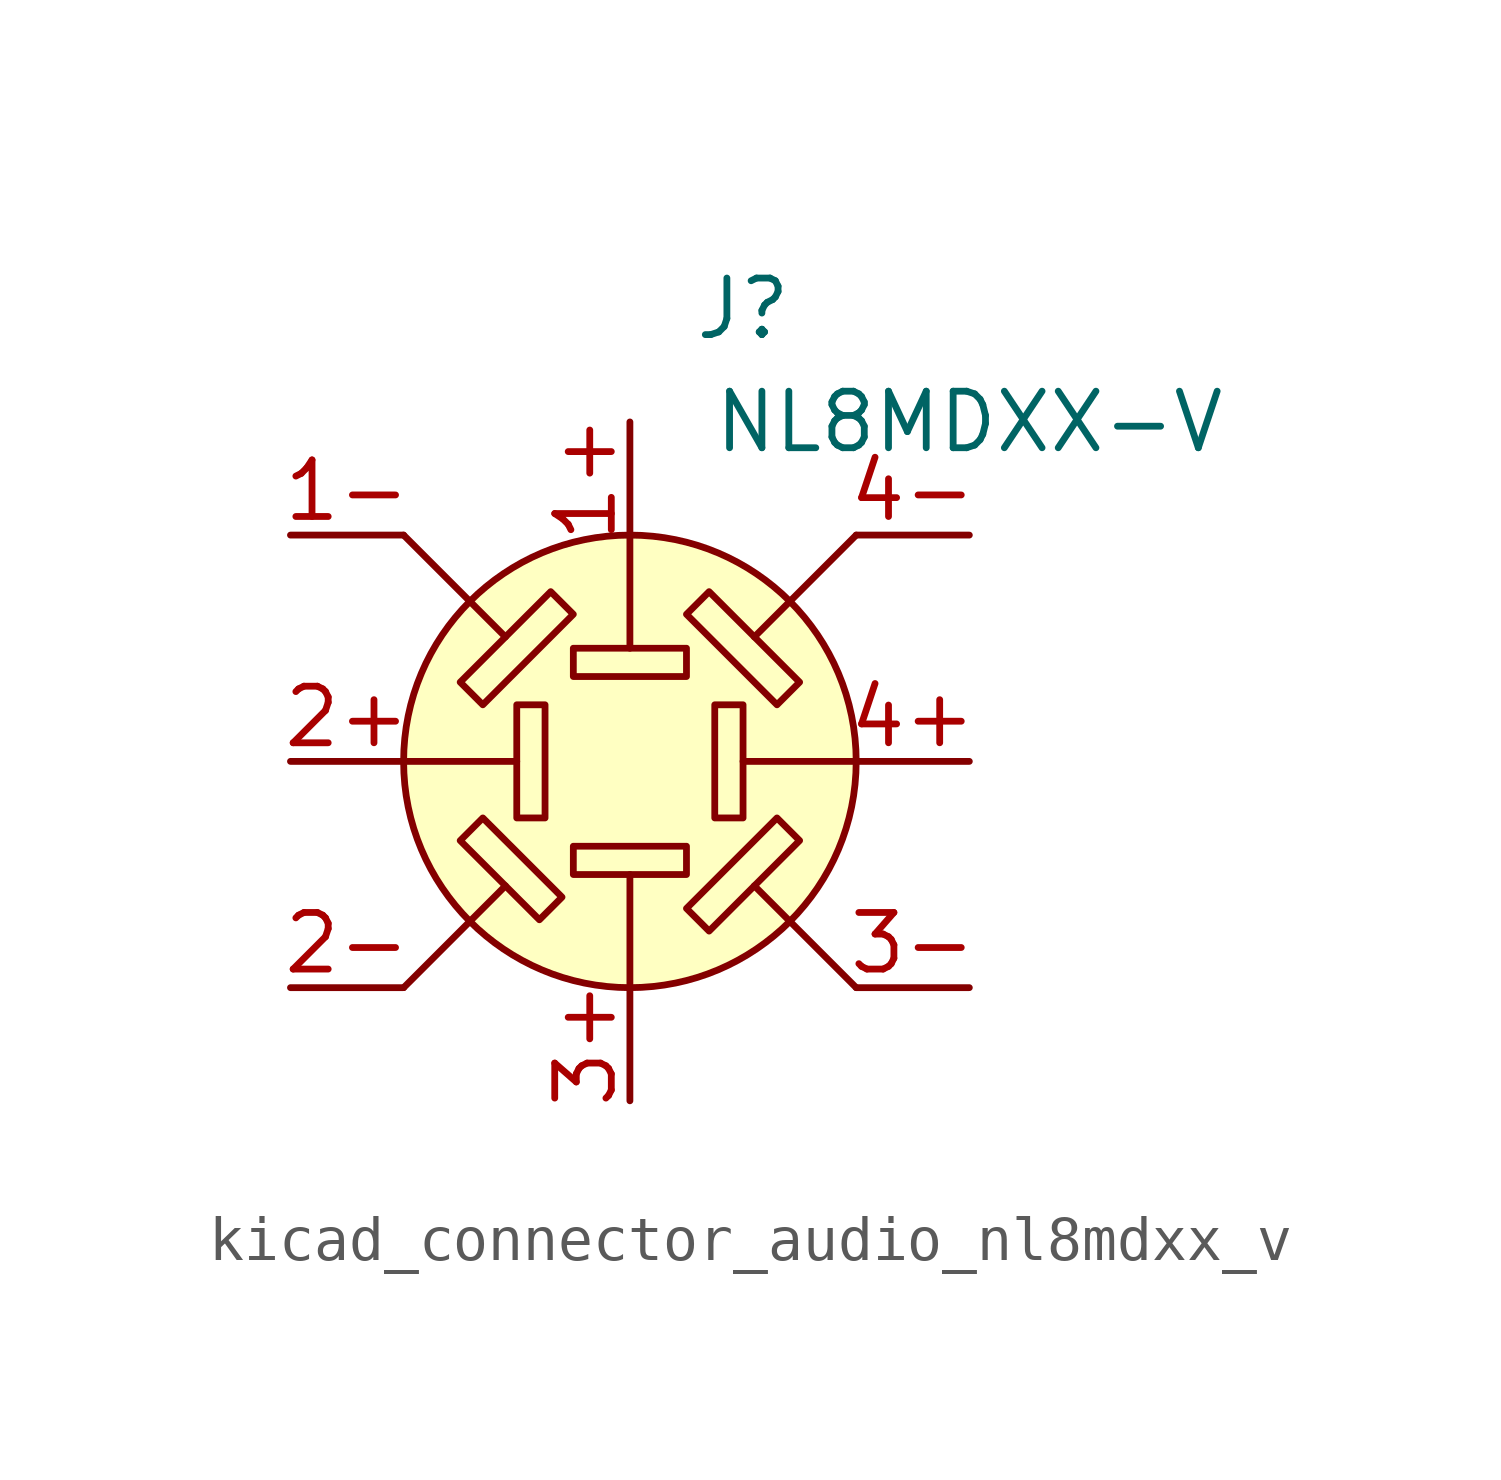
<source format=kicad_sym>
(kicad_symbol_lib
  (version 20220914)
  (generator kicad_symbol_editor)
  (symbol "kicad_connector_audio_nl8mdxx_v"
    (pin_names hide)
    (property "Reference" "J"
      (at 2.54 10.16 0)
      (effects (font (size 1.27 1.27))))
    (property "Value" "NL8MDXX-V"
      (at 7.62 7.62 0)
      (effects (font (size 1.27 1.27))))
    (symbol "kicad_connector_audio_nl8mdxx_v_0_1"
      (rectangle (start -2.54 1.27) (end -1.905 -1.27) (stroke (width 0) (type default)) (fill (type none)))
      (rectangle (start -1.27 -2.54) (end 1.27 -1.905) (stroke (width 0) (type default)) (fill (type none)))
      (rectangle (start -1.27 2.54) (end 1.27 1.905) (stroke (width 0) (type default)) (fill (type none)))
      (polyline (pts (xy -5.08 -5.08) (xy -2.794 -2.794)) (stroke (width 0) (type default)) (fill (type none)))
      (polyline (pts (xy -5.08 0) (xy -2.54 0)) (stroke (width 0) (type default)) (fill (type none)))
      (polyline (pts (xy -2.794 2.794) (xy -5.08 5.08)) (stroke (width 0) (type default)) (fill (type none)))
      (polyline (pts (xy 0 -5.08) (xy 0 -2.54)) (stroke (width 0) (type default)) (fill (type none)))
      (polyline (pts (xy 0 5.08) (xy 0 2.54)) (stroke (width 0) (type default)) (fill (type none)))
      (polyline (pts (xy 5.08 -5.08) (xy 2.794 -2.794)) (stroke (width 0) (type default)) (fill (type none)))
      (polyline (pts (xy 5.08 0) (xy 2.54 0)) (stroke (width 0) (type default)) (fill (type none)))
      (polyline (pts (xy 5.08 5.08) (xy 2.794 2.794)) (stroke (width 0) (type default)) (fill (type none)))
      (polyline (pts (xy -3.302 -1.27) (xy -1.524 -3.048) (xy -2.032 -3.556) (xy -3.81 -1.778) (xy -3.302 -1.27)) (stroke (width 0) (type default)) (fill (type none)))
      (polyline (pts (xy -1.27 3.302) (xy -3.302 1.27) (xy -3.81 1.778) (xy -1.778 3.81) (xy -1.27 3.302)) (stroke (width 0) (type default)) (fill (type none)))
      (polyline (pts (xy 1.27 3.302) (xy 3.302 1.27) (xy 3.81 1.778) (xy 1.778 3.81) (xy 1.27 3.302)) (stroke (width 0) (type default)) (fill (type none)))
      (polyline (pts (xy 3.302 -1.27) (xy 1.27 -3.302) (xy 1.778 -3.81) (xy 3.81 -1.778) (xy 3.302 -1.27)) (stroke (width 0) (type default)) (fill (type none)))
      (circle (center 0 0) (radius 5.08) (stroke (width 0) (type default)) (fill (type background)))
      (rectangle (start 2.54 1.27) (end 1.905 -1.27) (stroke (width 0) (type default)) (fill (type none)))
      (pin passive line (at -7.62 5.08 0) (length 2.54) (name "1-" (effects (font (size 1.27 1.27)))) (number "1-" (effects (font (size 1.27 1.27)))))
      (pin passive line (at -7.62 0 0) (length 2.54) (name "2+" (effects (font (size 1.27 1.27)))) (number "2+" (effects (font (size 1.27 1.27)))))
      (pin passive line (at -7.62 -5.08 0) (length 2.54) (name "2-" (effects (font (size 1.27 1.27)))) (number "2-" (effects (font (size 1.27 1.27)))))
      (pin passive line (at 0 -7.62 90) (length 2.54) (name "3+" (effects (font (size 1.27 1.27)))) (number "3+" (effects (font (size 1.27 1.27)))))
      (pin passive line (at 7.62 -5.08 180) (length 2.54) (name "3-" (effects (font (size 1.27 1.27)))) (number "3-" (effects (font (size 1.27 1.27)))))
      (pin passive line (at 7.62 0 180) (length 2.54) (name "4+" (effects (font (size 1.27 1.27)))) (number "4+" (effects (font (size 1.27 1.27)))))
      (pin passive line (at 7.62 5.08 180) (length 2.54) (name "4-" (effects (font (size 1.27 1.27)))) (number "4-" (effects (font (size 1.27 1.27))))))
    (symbol "kicad_connector_audio_nl8mdxx_v_1_1"
      (pin passive line (at 0 7.62 270) (length 2.54) (name "1+" (effects (font (size 1.27 1.27)))) (number "1+" (effects (font (size 1.27 1.27))))))))
</source>
